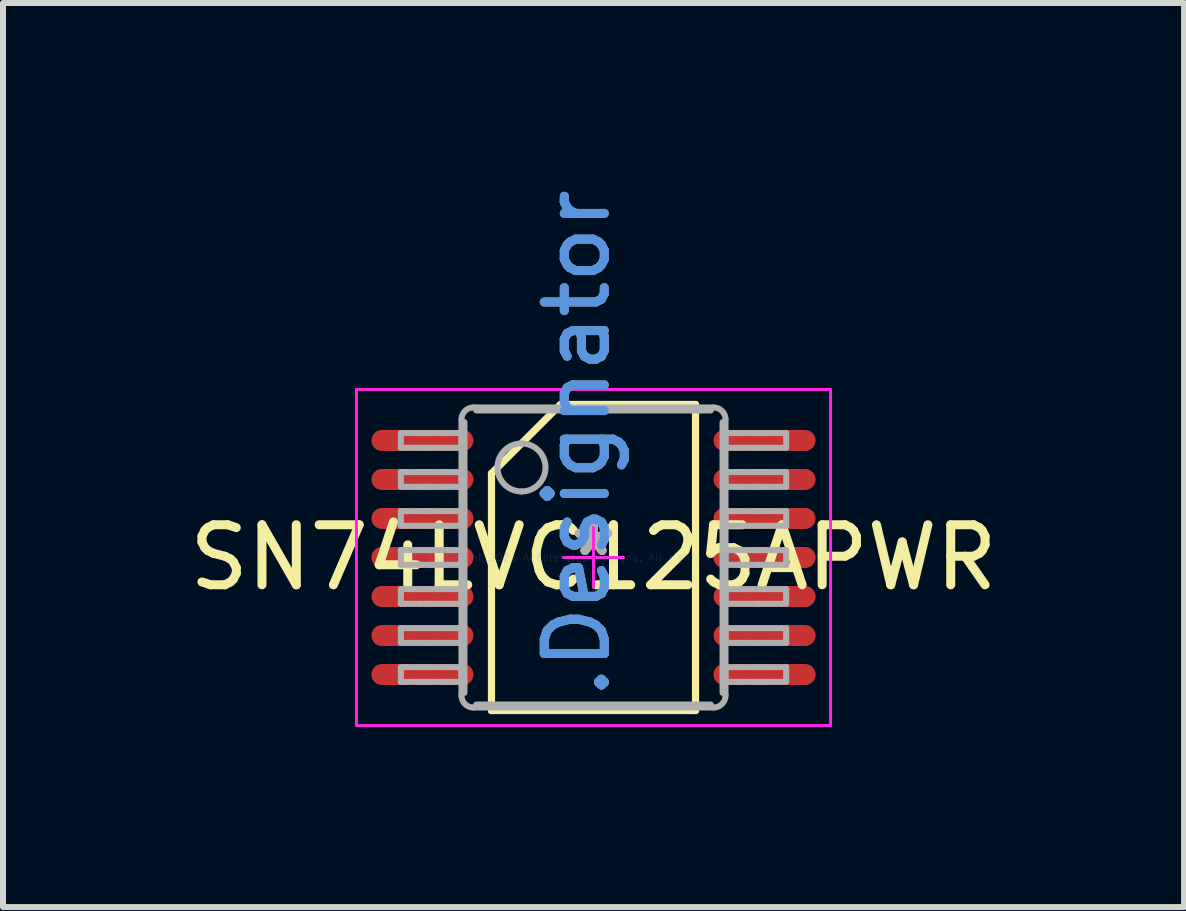
<source format=kicad_pcb>
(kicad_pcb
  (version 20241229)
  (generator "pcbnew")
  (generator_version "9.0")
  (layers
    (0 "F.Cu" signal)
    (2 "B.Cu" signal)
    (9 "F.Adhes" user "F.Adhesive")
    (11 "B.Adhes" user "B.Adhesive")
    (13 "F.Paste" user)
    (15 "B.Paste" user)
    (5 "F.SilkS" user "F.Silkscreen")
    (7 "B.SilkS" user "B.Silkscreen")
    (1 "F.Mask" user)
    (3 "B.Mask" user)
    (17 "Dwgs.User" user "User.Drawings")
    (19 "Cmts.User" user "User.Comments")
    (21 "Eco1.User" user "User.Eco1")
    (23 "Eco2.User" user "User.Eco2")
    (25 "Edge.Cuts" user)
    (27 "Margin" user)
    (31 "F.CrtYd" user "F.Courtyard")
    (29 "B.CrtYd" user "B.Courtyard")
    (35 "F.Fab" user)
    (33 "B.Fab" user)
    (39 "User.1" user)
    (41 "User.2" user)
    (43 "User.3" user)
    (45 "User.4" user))
  (footprint "SN74LVC125APWR"
    (layer "F.Cu")
    (at 6.839 6.239)
    (property "Reference" "SN74LVC125APWR" (at 0 0 0) (layer "F.SilkS") (effects (font (size 1 1) (thickness 0.15))))
    (attr through_hole)
    (fp_line (start -1.7 -1.4) (end -0.55 -2.55) (stroke (width 0.12) (type solid)) (layer "F.SilkS"))
    (fp_line (start -1.7 2.55) (end -1.7 -1.4) (stroke (width 0.12) (type solid)) (layer "F.SilkS"))
    (fp_line (start -1.7 2.55) (end 1.7 2.55) (stroke (width 0.12) (type solid)) (layer "F.SilkS"))
    (fp_line (start -0.55 -2.55) (end 1.7 -2.55) (stroke (width 0.12) (type solid)) (layer "F.SilkS"))
    (fp_line (start 1.7 2.55) (end 1.7 -2.55) (stroke (width 0.12) (type solid)) (layer "F.SilkS"))
    (fp_line (start -3.95 -2.8) (end 3.95 -2.8) (stroke (width 0.05) (type solid)) (layer "F.CrtYd"))
    (fp_line (start -3.95 2.8) (end -3.95 -2.8) (stroke (width 0.05) (type solid)) (layer "F.CrtYd"))
    (fp_line (start -3.95 2.8) (end 3.95 2.8) (stroke (width 0.05) (type solid)) (layer "F.CrtYd"))
    (fp_line (start -0.5 0) (end 0.5 0) (stroke (width 0.05) (type solid)) (layer "F.CrtYd"))
    (fp_line (start 0 0.5) (end 0 -0.5) (stroke (width 0.05) (type solid)) (layer "F.CrtYd"))
    (fp_line (start 3.95 2.8) (end 3.95 -2.8) (stroke (width 0.05) (type solid)) (layer "F.CrtYd"))
    (fp_line (start -3.21 -2.073) (end -2.887 -2.073) (stroke (width 0.1) (type solid)) (layer "F.Fab"))
    (fp_line (start -3.21 -1.828) (end -3.21 -2.073) (stroke (width 0.1) (type solid)) (layer "F.Fab"))
    (fp_line (start -3.21 -1.828) (end -2.887 -1.828) (stroke (width 0.1) (type solid)) (layer "F.Fab"))
    (fp_line (start -3.21 -1.423) (end -2.887 -1.423) (stroke (width 0.1) (type solid)) (layer "F.Fab"))
    (fp_line (start -3.21 -1.178) (end -3.21 -1.423) (stroke (width 0.1) (type solid)) (layer "F.Fab"))
    (fp_line (start -3.21 -1.178) (end -2.887 -1.178) (stroke (width 0.1) (type solid)) (layer "F.Fab"))
    (fp_line (start -3.21 -0.773) (end -2.887 -0.773) (stroke (width 0.1) (type solid)) (layer "F.Fab"))
    (fp_line (start -3.21 -0.528) (end -3.21 -0.773) (stroke (width 0.1) (type solid)) (layer "F.Fab"))
    (fp_line (start -3.21 -0.528) (end -2.887 -0.528) (stroke (width 0.1) (type solid)) (layer "F.Fab"))
    (fp_line (start -3.21 -0.123) (end -2.887 -0.123) (stroke (width 0.1) (type solid)) (layer "F.Fab"))
    (fp_line (start -3.21 0.122) (end -3.21 -0.123) (stroke (width 0.1) (type solid)) (layer "F.Fab"))
    (fp_line (start -3.21 0.122) (end -2.887 0.122) (stroke (width 0.1) (type solid)) (layer "F.Fab"))
    (fp_line (start -3.21 0.527) (end -2.887 0.527) (stroke (width 0.1) (type solid)) (layer "F.Fab"))
    (fp_line (start -3.21 0.772) (end -3.21 0.527) (stroke (width 0.1) (type solid)) (layer "F.Fab"))
    (fp_line (start -3.21 0.772) (end -2.887 0.772) (stroke (width 0.1) (type solid)) (layer "F.Fab"))
    (fp_line (start -3.21 1.177) (end -2.887 1.177) (stroke (width 0.1) (type solid)) (layer "F.Fab"))
    (fp_line (start -3.21 1.422) (end -3.21 1.177) (stroke (width 0.1) (type solid)) (layer "F.Fab"))
    (fp_line (start -3.21 1.422) (end -2.887 1.422) (stroke (width 0.1) (type solid)) (layer "F.Fab"))
    (fp_line (start -3.21 1.827) (end -2.887 1.827) (stroke (width 0.1) (type solid)) (layer "F.Fab"))
    (fp_line (start -3.21 2.072) (end -3.21 1.827) (stroke (width 0.1) (type solid)) (layer "F.Fab"))
    (fp_line (start -3.21 2.072) (end -2.887 2.072) (stroke (width 0.1) (type solid)) (layer "F.Fab"))
    (fp_line (start -2.887 -2.073) (end -2.739 -2.073) (stroke (width 0.1) (type solid)) (layer "F.Fab"))
    (fp_line (start -2.887 -1.828) (end -2.739 -1.828) (stroke (width 0.1) (type solid)) (layer "F.Fab"))
    (fp_line (start -2.887 -1.423) (end -2.739 -1.423) (stroke (width 0.1) (type solid)) (layer "F.Fab"))
    (fp_line (start -2.887 -1.178) (end -2.739 -1.178) (stroke (width 0.1) (type solid)) (layer "F.Fab"))
    (fp_line (start -2.887 -0.773) (end -2.739 -0.773) (stroke (width 0.1) (type solid)) (layer "F.Fab"))
    (fp_line (start -2.887 -0.528) (end -2.739 -0.528) (stroke (width 0.1) (type solid)) (layer "F.Fab"))
    (fp_line (start -2.887 -0.123) (end -2.739 -0.123) (stroke (width 0.1) (type solid)) (layer "F.Fab"))
    (fp_line (start -2.887 0.122) (end -2.739 0.122) (stroke (width 0.1) (type solid)) (layer "F.Fab"))
    (fp_line (start -2.887 0.527) (end -2.739 0.527) (stroke (width 0.1) (type solid)) (layer "F.Fab"))
    (fp_line (start -2.887 0.772) (end -2.739 0.772) (stroke (width 0.1) (type solid)) (layer "F.Fab"))
    (fp_line (start -2.887 1.177) (end -2.739 1.177) (stroke (width 0.1) (type solid)) (layer "F.Fab"))
    (fp_line (start -2.887 1.422) (end -2.739 1.422) (stroke (width 0.1) (type solid)) (layer "F.Fab"))
    (fp_line (start -2.887 1.827) (end -2.739 1.827) (stroke (width 0.1) (type solid)) (layer "F.Fab"))
    (fp_line (start -2.887 2.072) (end -2.739 2.072) (stroke (width 0.1) (type solid)) (layer "F.Fab"))
    (fp_line (start -2.739 -2.073) (end -2.733 -2.073) (stroke (width 0.1) (type solid)) (layer "F.Fab"))
    (fp_line (start -2.739 -1.828) (end -2.733 -1.828) (stroke (width 0.1) (type solid)) (layer "F.Fab"))
    (fp_line (start -2.739 -1.423) (end -2.733 -1.423) (stroke (width 0.1) (type solid)) (layer "F.Fab"))
    (fp_line (start -2.739 -1.178) (end -2.733 -1.178) (stroke (width 0.1) (type solid)) (layer "F.Fab"))
    (fp_line (start -2.739 -0.773) (end -2.733 -0.773) (stroke (width 0.1) (type solid)) (layer "F.Fab"))
    (fp_line (start -2.739 -0.528) (end -2.733 -0.528) (stroke (width 0.1) (type solid)) (layer "F.Fab"))
    (fp_line (start -2.739 -0.123) (end -2.733 -0.123) (stroke (width 0.1) (type solid)) (layer "F.Fab"))
    (fp_line (start -2.739 0.122) (end -2.733 0.122) (stroke (width 0.1) (type solid)) (layer "F.Fab"))
    (fp_line (start -2.739 0.527) (end -2.733 0.527) (stroke (width 0.1) (type solid)) (layer "F.Fab"))
    (fp_line (start -2.739 0.772) (end -2.733 0.772) (stroke (width 0.1) (type solid)) (layer "F.Fab"))
    (fp_line (start -2.739 1.177) (end -2.733 1.177) (stroke (width 0.1) (type solid)) (layer "F.Fab"))
    (fp_line (start -2.739 1.422) (end -2.733 1.422) (stroke (width 0.1) (type solid)) (layer "F.Fab"))
    (fp_line (start -2.739 1.827) (end -2.733 1.827) (stroke (width 0.1) (type solid)) (layer "F.Fab"))
    (fp_line (start -2.739 2.072) (end -2.733 2.072) (stroke (width 0.1) (type solid)) (layer "F.Fab"))
    (fp_line (start -2.733 -2.073) (end -2.431 -2.073) (stroke (width 0.1) (type solid)) (layer "F.Fab"))
    (fp_line (start -2.733 -1.828) (end -2.431 -1.828) (stroke (width 0.1) (type solid)) (layer "F.Fab"))
    (fp_line (start -2.733 -1.423) (end -2.431 -1.423) (stroke (width 0.1) (type solid)) (layer "F.Fab"))
    (fp_line (start -2.733 -1.178) (end -2.431 -1.178) (stroke (width 0.1) (type solid)) (layer "F.Fab"))
    (fp_line (start -2.733 -0.773) (end -2.431 -0.773) (stroke (width 0.1) (type solid)) (layer "F.Fab"))
    (fp_line (start -2.733 -0.528) (end -2.431 -0.528) (stroke (width 0.1) (type solid)) (layer "F.Fab"))
    (fp_line (start -2.733 -0.123) (end -2.431 -0.123) (stroke (width 0.1) (type solid)) (layer "F.Fab"))
    (fp_line (start -2.733 0.122) (end -2.431 0.122) (stroke (width 0.1) (type solid)) (layer "F.Fab"))
    (fp_line (start -2.733 0.527) (end -2.431 0.527) (stroke (width 0.1) (type solid)) (layer "F.Fab"))
    (fp_line (start -2.733 0.772) (end -2.431 0.772) (stroke (width 0.1) (type solid)) (layer "F.Fab"))
    (fp_line (start -2.733 1.177) (end -2.431 1.177) (stroke (width 0.1) (type solid)) (layer "F.Fab"))
    (fp_line (start -2.733 1.422) (end -2.431 1.422) (stroke (width 0.1) (type solid)) (layer "F.Fab"))
    (fp_line (start -2.733 1.827) (end -2.431 1.827) (stroke (width 0.1) (type solid)) (layer "F.Fab"))
    (fp_line (start -2.733 2.072) (end -2.431 2.072) (stroke (width 0.1) (type solid)) (layer "F.Fab"))
    (fp_line (start -2.431 -2.073) (end -2.2 -2.073) (stroke (width 0.1) (type solid)) (layer "F.Fab"))
    (fp_line (start -2.431 -1.828) (end -2.2 -1.828) (stroke (width 0.1) (type solid)) (layer "F.Fab"))
    (fp_line (start -2.431 -1.423) (end -2.2 -1.423) (stroke (width 0.1) (type solid)) (layer "F.Fab"))
    (fp_line (start -2.431 -1.178) (end -2.2 -1.178) (stroke (width 0.1) (type solid)) (layer "F.Fab"))
    (fp_line (start -2.431 -0.773) (end -2.2 -0.773) (stroke (width 0.1) (type solid)) (layer "F.Fab"))
    (fp_line (start -2.431 -0.528) (end -2.2 -0.528) (stroke (width 0.1) (type solid)) (layer "F.Fab"))
    (fp_line (start -2.431 -0.123) (end -2.2 -0.123) (stroke (width 0.1) (type solid)) (layer "F.Fab"))
    (fp_line (start -2.431 0.122) (end -2.2 0.122) (stroke (width 0.1) (type solid)) (layer "F.Fab"))
    (fp_line (start -2.431 0.527) (end -2.2 0.527) (stroke (width 0.1) (type solid)) (layer "F.Fab"))
    (fp_line (start -2.431 0.772) (end -2.2 0.772) (stroke (width 0.1) (type solid)) (layer "F.Fab"))
    (fp_line (start -2.431 1.177) (end -2.2 1.177) (stroke (width 0.1) (type solid)) (layer "F.Fab"))
    (fp_line (start -2.431 1.422) (end -2.2 1.422) (stroke (width 0.1) (type solid)) (layer "F.Fab"))
    (fp_line (start -2.431 1.827) (end -2.2 1.827) (stroke (width 0.1) (type solid)) (layer "F.Fab"))
    (fp_line (start -2.431 2.072) (end -2.2 2.072) (stroke (width 0.1) (type solid)) (layer "F.Fab"))
    (fp_line (start -2.2 -1.828) (end -2.2 -2.073) (stroke (width 0.1) (type solid)) (layer "F.Fab"))
    (fp_line (start -2.2 -1.178) (end -2.2 -1.423) (stroke (width 0.1) (type solid)) (layer "F.Fab"))
    (fp_line (start -2.2 -0.528) (end -2.2 -0.773) (stroke (width 0.1) (type solid)) (layer "F.Fab"))
    (fp_line (start -2.2 0.122) (end -2.2 -0.123) (stroke (width 0.1) (type solid)) (layer "F.Fab"))
    (fp_line (start -2.2 0.772) (end -2.2 0.527) (stroke (width 0.1) (type solid)) (layer "F.Fab"))
    (fp_line (start -2.2 1.422) (end -2.2 1.177) (stroke (width 0.1) (type solid)) (layer "F.Fab"))
    (fp_line (start -2.2 2.072) (end -2.2 1.827) (stroke (width 0.1) (type solid)) (layer "F.Fab"))
    (fp_line (start -2.2 2.3) (end -2.2 -2.3) (stroke (width 0.1) (type solid)) (layer "F.Fab"))
    (fp_line (start -2.15 2.254) (end -2.15 -2.254) (stroke (width 0.1) (type solid)) (layer "F.Fab"))
    (fp_line (start -2 -2.5) (end 2 -2.5) (stroke (width 0.1) (type solid)) (layer "F.Fab"))
    (fp_line (start -2 2.5) (end 2 2.5) (stroke (width 0.1) (type solid)) (layer "F.Fab"))
    (fp_line (start -1.954 -2.45) (end 1.954 -2.45) (stroke (width 0.1) (type solid)) (layer "F.Fab"))
    (fp_line (start -1.954 2.45) (end 1.954 2.45) (stroke (width 0.1) (type solid)) (layer "F.Fab"))
    (fp_line (start 2.15 2.254) (end 2.15 -2.254) (stroke (width 0.1) (type solid)) (layer "F.Fab"))
    (fp_line (start 2.2 -2.073) (end 2.43 -2.073) (stroke (width 0.1) (type solid)) (layer "F.Fab"))
    (fp_line (start 2.2 -1.828) (end 2.2 -2.073) (stroke (width 0.1) (type solid)) (layer "F.Fab"))
    (fp_line (start 2.2 -1.828) (end 2.43 -1.828) (stroke (width 0.1) (type solid)) (layer "F.Fab"))
    (fp_line (start 2.2 -1.423) (end 2.43 -1.423) (stroke (width 0.1) (type solid)) (layer "F.Fab"))
    (fp_line (start 2.2 -1.178) (end 2.2 -1.423) (stroke (width 0.1) (type solid)) (layer "F.Fab"))
    (fp_line (start 2.2 -1.178) (end 2.43 -1.178) (stroke (width 0.1) (type solid)) (layer "F.Fab"))
    (fp_line (start 2.2 -0.773) (end 2.43 -0.773) (stroke (width 0.1) (type solid)) (layer "F.Fab"))
    (fp_line (start 2.2 -0.528) (end 2.2 -0.773) (stroke (width 0.1) (type solid)) (layer "F.Fab"))
    (fp_line (start 2.2 -0.528) (end 2.43 -0.528) (stroke (width 0.1) (type solid)) (layer "F.Fab"))
    (fp_line (start 2.2 -0.123) (end 2.43 -0.123) (stroke (width 0.1) (type solid)) (layer "F.Fab"))
    (fp_line (start 2.2 0.122) (end 2.2 -0.123) (stroke (width 0.1) (type solid)) (layer "F.Fab"))
    (fp_line (start 2.2 0.122) (end 2.43 0.122) (stroke (width 0.1) (type solid)) (layer "F.Fab"))
    (fp_line (start 2.2 0.527) (end 2.43 0.527) (stroke (width 0.1) (type solid)) (layer "F.Fab"))
    (fp_line (start 2.2 0.772) (end 2.2 0.527) (stroke (width 0.1) (type solid)) (layer "F.Fab"))
    (fp_line (start 2.2 0.772) (end 2.43 0.772) (stroke (width 0.1) (type solid)) (layer "F.Fab"))
    (fp_line (start 2.2 1.177) (end 2.43 1.177) (stroke (width 0.1) (type solid)) (layer "F.Fab"))
    (fp_line (start 2.2 1.422) (end 2.2 1.177) (stroke (width 0.1) (type solid)) (layer "F.Fab"))
    (fp_line (start 2.2 1.422) (end 2.43 1.422) (stroke (width 0.1) (type solid)) (layer "F.Fab"))
    (fp_line (start 2.2 1.827) (end 2.43 1.827) (stroke (width 0.1) (type solid)) (layer "F.Fab"))
    (fp_line (start 2.2 2.072) (end 2.2 1.827) (stroke (width 0.1) (type solid)) (layer "F.Fab"))
    (fp_line (start 2.2 2.072) (end 2.43 2.072) (stroke (width 0.1) (type solid)) (layer "F.Fab"))
    (fp_line (start 2.2 2.3) (end 2.2 -2.3) (stroke (width 0.1) (type solid)) (layer "F.Fab"))
    (fp_line (start 2.43 -2.073) (end 2.733 -2.073) (stroke (width 0.1) (type solid)) (layer "F.Fab"))
    (fp_line (start 2.43 -1.828) (end 2.733 -1.828) (stroke (width 0.1) (type solid)) (layer "F.Fab"))
    (fp_line (start 2.43 -1.423) (end 2.733 -1.423) (stroke (width 0.1) (type solid)) (layer "F.Fab"))
    (fp_line (start 2.43 -1.178) (end 2.733 -1.178) (stroke (width 0.1) (type solid)) (layer "F.Fab"))
    (fp_line (start 2.43 -0.773) (end 2.733 -0.773) (stroke (width 0.1) (type solid)) (layer "F.Fab"))
    (fp_line (start 2.43 -0.528) (end 2.733 -0.528) (stroke (width 0.1) (type solid)) (layer "F.Fab"))
    (fp_line (start 2.43 -0.123) (end 2.733 -0.123) (stroke (width 0.1) (type solid)) (layer "F.Fab"))
    (fp_line (start 2.43 0.122) (end 2.733 0.122) (stroke (width 0.1) (type solid)) (layer "F.Fab"))
    (fp_line (start 2.43 0.527) (end 2.733 0.527) (stroke (width 0.1) (type solid)) (layer "F.Fab"))
    (fp_line (start 2.43 0.772) (end 2.733 0.772) (stroke (width 0.1) (type solid)) (layer "F.Fab"))
    (fp_line (start 2.43 1.177) (end 2.733 1.177) (stroke (width 0.1) (type solid)) (layer "F.Fab"))
    (fp_line (start 2.43 1.422) (end 2.733 1.422) (stroke (width 0.1) (type solid)) (layer "F.Fab"))
    (fp_line (start 2.43 1.827) (end 2.733 1.827) (stroke (width 0.1) (type solid)) (layer "F.Fab"))
    (fp_line (start 2.43 2.072) (end 2.733 2.072) (stroke (width 0.1) (type solid)) (layer "F.Fab"))
    (fp_line (start 2.733 -2.073) (end 2.739 -2.073) (stroke (width 0.1) (type solid)) (layer "F.Fab"))
    (fp_line (start 2.733 -1.828) (end 2.739 -1.828) (stroke (width 0.1) (type solid)) (layer "F.Fab"))
    (fp_line (start 2.733 -1.423) (end 2.739 -1.423) (stroke (width 0.1) (type solid)) (layer "F.Fab"))
    (fp_line (start 2.733 -1.178) (end 2.739 -1.178) (stroke (width 0.1) (type solid)) (layer "F.Fab"))
    (fp_line (start 2.733 -0.773) (end 2.739 -0.773) (stroke (width 0.1) (type solid)) (layer "F.Fab"))
    (fp_line (start 2.733 -0.528) (end 2.739 -0.528) (stroke (width 0.1) (type solid)) (layer "F.Fab"))
    (fp_line (start 2.733 -0.123) (end 2.739 -0.123) (stroke (width 0.1) (type solid)) (layer "F.Fab"))
    (fp_line (start 2.733 0.122) (end 2.739 0.122) (stroke (width 0.1) (type solid)) (layer "F.Fab"))
    (fp_line (start 2.733 0.527) (end 2.739 0.527) (stroke (width 0.1) (type solid)) (layer "F.Fab"))
    (fp_line (start 2.733 0.772) (end 2.739 0.772) (stroke (width 0.1) (type solid)) (layer "F.Fab"))
    (fp_line (start 2.733 1.177) (end 2.739 1.177) (stroke (width 0.1) (type solid)) (layer "F.Fab"))
    (fp_line (start 2.733 1.422) (end 2.739 1.422) (stroke (width 0.1) (type solid)) (layer "F.Fab"))
    (fp_line (start 2.733 1.827) (end 2.739 1.827) (stroke (width 0.1) (type solid)) (layer "F.Fab"))
    (fp_line (start 2.733 2.072) (end 2.739 2.072) (stroke (width 0.1) (type solid)) (layer "F.Fab"))
    (fp_line (start 2.739 -2.073) (end 2.887 -2.073) (stroke (width 0.1) (type solid)) (layer "F.Fab"))
    (fp_line (start 2.739 -1.828) (end 2.887 -1.828) (stroke (width 0.1) (type solid)) (layer "F.Fab"))
    (fp_line (start 2.739 -1.423) (end 2.887 -1.423) (stroke (width 0.1) (type solid)) (layer "F.Fab"))
    (fp_line (start 2.739 -1.178) (end 2.887 -1.178) (stroke (width 0.1) (type solid)) (layer "F.Fab"))
    (fp_line (start 2.739 -0.773) (end 2.887 -0.773) (stroke (width 0.1) (type solid)) (layer "F.Fab"))
    (fp_line (start 2.739 -0.528) (end 2.887 -0.528) (stroke (width 0.1) (type solid)) (layer "F.Fab"))
    (fp_line (start 2.739 -0.123) (end 2.887 -0.123) (stroke (width 0.1) (type solid)) (layer "F.Fab"))
    (fp_line (start 2.739 0.122) (end 2.887 0.122) (stroke (width 0.1) (type solid)) (layer "F.Fab"))
    (fp_line (start 2.739 0.527) (end 2.887 0.527) (stroke (width 0.1) (type solid)) (layer "F.Fab"))
    (fp_line (start 2.739 0.772) (end 2.887 0.772) (stroke (width 0.1) (type solid)) (layer "F.Fab"))
    (fp_line (start 2.739 1.177) (end 2.887 1.177) (stroke (width 0.1) (type solid)) (layer "F.Fab"))
    (fp_line (start 2.739 1.422) (end 2.887 1.422) (stroke (width 0.1) (type solid)) (layer "F.Fab"))
    (fp_line (start 2.739 1.827) (end 2.887 1.827) (stroke (width 0.1) (type solid)) (layer "F.Fab"))
    (fp_line (start 2.739 2.072) (end 2.887 2.072) (stroke (width 0.1) (type solid)) (layer "F.Fab"))
    (fp_line (start 2.887 -2.073) (end 3.21 -2.073) (stroke (width 0.1) (type solid)) (layer "F.Fab"))
    (fp_line (start 2.887 -1.828) (end 3.21 -1.828) (stroke (width 0.1) (type solid)) (layer "F.Fab"))
    (fp_line (start 2.887 -1.423) (end 3.21 -1.423) (stroke (width 0.1) (type solid)) (layer "F.Fab"))
    (fp_line (start 2.887 -1.178) (end 3.21 -1.178) (stroke (width 0.1) (type solid)) (layer "F.Fab"))
    (fp_line (start 2.887 -0.773) (end 3.21 -0.773) (stroke (width 0.1) (type solid)) (layer "F.Fab"))
    (fp_line (start 2.887 -0.528) (end 3.21 -0.528) (stroke (width 0.1) (type solid)) (layer "F.Fab"))
    (fp_line (start 2.887 -0.123) (end 3.21 -0.123) (stroke (width 0.1) (type solid)) (layer "F.Fab"))
    (fp_line (start 2.887 0.122) (end 3.21 0.122) (stroke (width 0.1) (type solid)) (layer "F.Fab"))
    (fp_line (start 2.887 0.527) (end 3.21 0.527) (stroke (width 0.1) (type solid)) (layer "F.Fab"))
    (fp_line (start 2.887 0.772) (end 3.21 0.772) (stroke (width 0.1) (type solid)) (layer "F.Fab"))
    (fp_line (start 2.887 1.177) (end 3.21 1.177) (stroke (width 0.1) (type solid)) (layer "F.Fab"))
    (fp_line (start 2.887 1.422) (end 3.21 1.422) (stroke (width 0.1) (type solid)) (layer "F.Fab"))
    (fp_line (start 2.887 1.827) (end 3.21 1.827) (stroke (width 0.1) (type solid)) (layer "F.Fab"))
    (fp_line (start 2.887 2.072) (end 3.21 2.072) (stroke (width 0.1) (type solid)) (layer "F.Fab"))
    (fp_line (start 3.21 -1.828) (end 3.21 -2.073) (stroke (width 0.1) (type solid)) (layer "F.Fab"))
    (fp_line (start 3.21 -1.178) (end 3.21 -1.423) (stroke (width 0.1) (type solid)) (layer "F.Fab"))
    (fp_line (start 3.21 -0.528) (end 3.21 -0.773) (stroke (width 0.1) (type solid)) (layer "F.Fab"))
    (fp_line (start 3.21 0.122) (end 3.21 -0.123) (stroke (width 0.1) (type solid)) (layer "F.Fab"))
    (fp_line (start 3.21 0.772) (end 3.21 0.527) (stroke (width 0.1) (type solid)) (layer "F.Fab"))
    (fp_line (start 3.21 1.422) (end 3.21 1.177) (stroke (width 0.1) (type solid)) (layer "F.Fab"))
    (fp_line (start 3.21 2.072) (end 3.21 1.827) (stroke (width 0.1) (type solid)) (layer "F.Fab"))
    (fp_arc (start -2.200001 -2.3) (mid -2.141422 -2.441421) (end -2.000001 -2.5) (stroke (width 0.1) (type solid)) (layer "F.Fab"))
    (fp_arc (start -2.000001 2.49999) (mid -2.141422 2.441411) (end -2.200001 2.29999) (stroke (width 0.1) (type solid)) (layer "F.Fab"))
    (fp_arc (start -1.200003 -1.900001) (mid -0.800004 -1.500002) (end -1.200003 -1.100003) (stroke (width 0.1) (type solid)) (layer "F.Fab"))
    (fp_arc (start -1.200003 -1.100003) (mid -1.600002 -1.500002) (end -1.200003 -1.900001) (stroke (width 0.1) (type solid)) (layer "F.Fab"))
    (fp_arc (start 1.999991 -2.499999) (mid 2.141412 -2.441421) (end 2.19999 -2.3) (stroke (width 0.1) (type solid)) (layer "F.Fab"))
    (fp_arc (start 2.199991 2.29999) (mid 2.141412 2.441411) (end 1.999991 2.49999) (stroke (width 0.1) (type solid)) (layer "F.Fab"))
    (fp_text user "*" (at 0 0 0) (layer "F.SilkS") (effects (font (size 1 1) (thickness 0.15))))
    (fp_text user "Copyright 2021 Accelerated Designs. All rights reserved." (at 0 0 0) (layer "Cmts.User") (effects (font (size 0.127 0.127) (thickness 0.002))))
    (fp_text user ".Designator" (at -0.275 -1.9 270) (layer "Cmts.User") (effects (font (size 1 1) (thickness 0.15))))
    (fp_text user ".Designator" (at -0.275 -1.9 270) (layer "F.Fab") (effects (font (size 1 1) (thickness 0.15))))
    (fp_text user "*" (at 0 0 0) (layer "F.Fab") (effects (font (size 1 1) (thickness 0.15))))
    (pad "1" smd oval (at -2.85 -1.95 90) (size 0.35 1.7) (layers "F.Cu" "F.Mask" "F.Paste"))
    (pad "2" smd oval (at -2.85 -1.3 90) (size 0.35 1.7) (layers "F.Cu" "F.Mask" "F.Paste"))
    (pad "3" smd oval (at -2.85 -0.65 90) (size 0.35 1.7) (layers "F.Cu" "F.Mask" "F.Paste"))
    (pad "4" smd oval (at -2.85 0 90) (size 0.35 1.7) (layers "F.Cu" "F.Mask" "F.Paste"))
    (pad "5" smd oval (at -2.85 0.65 90) (size 0.35 1.7) (layers "F.Cu" "F.Mask" "F.Paste"))
    (pad "6" smd oval (at -2.85 1.3 90) (size 0.35 1.7) (layers "F.Cu" "F.Mask" "F.Paste"))
    (pad "7" smd oval (at -2.85 1.95 90) (size 0.35 1.7) (layers "F.Cu" "F.Mask" "F.Paste"))
    (pad "8" smd oval (at 2.85 1.95 90) (size 0.35 1.7) (layers "F.Cu" "F.Mask" "F.Paste"))
    (pad "9" smd oval (at 2.85 1.3 90) (size 0.35 1.7) (layers "F.Cu" "F.Mask" "F.Paste"))
    (pad "10" smd oval (at 2.85 0.65 90) (size 0.35 1.7) (layers "F.Cu" "F.Mask" "F.Paste"))
    (pad "11" smd oval (at 2.85 0 90) (size 0.35 1.7) (layers "F.Cu" "F.Mask" "F.Paste"))
    (pad "12" smd oval (at 2.85 -0.65 90) (size 0.35 1.7) (layers "F.Cu" "F.Mask" "F.Paste"))
    (pad "13" smd oval (at 2.85 -1.3 90) (size 0.35 1.7) (layers "F.Cu" "F.Mask" "F.Paste"))
    (pad "14" smd oval (at 2.85 -1.95 90) (size 0.35 1.7) (layers "F.Cu" "F.Mask" "F.Paste")))
  (gr_rect
    (start -3 -3)
    (end 16.679 12.064)
    (stroke (width 0.1) (type default))
    (fill no)
    (layer "Edge.Cuts")))
</source>
